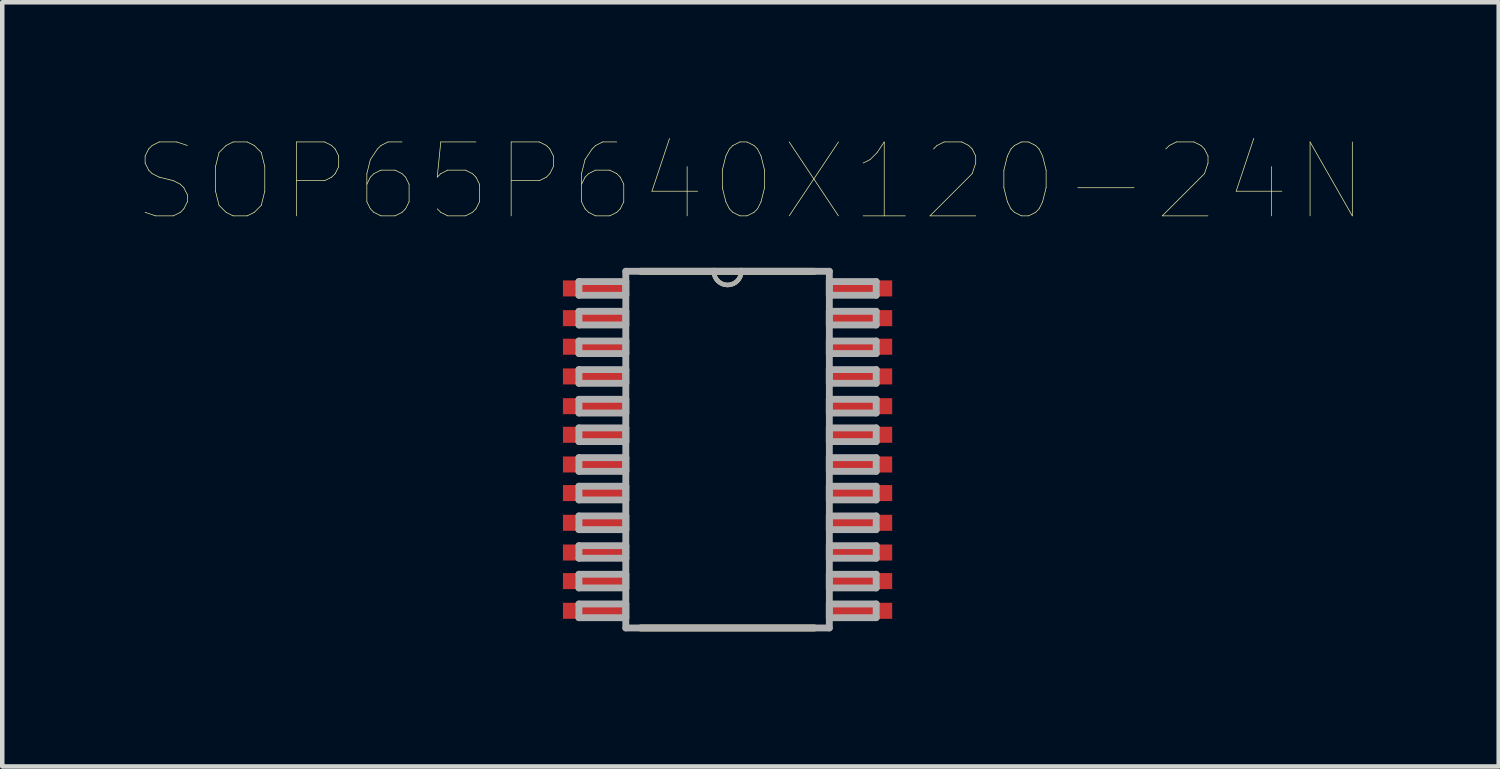
<source format=kicad_pcb>
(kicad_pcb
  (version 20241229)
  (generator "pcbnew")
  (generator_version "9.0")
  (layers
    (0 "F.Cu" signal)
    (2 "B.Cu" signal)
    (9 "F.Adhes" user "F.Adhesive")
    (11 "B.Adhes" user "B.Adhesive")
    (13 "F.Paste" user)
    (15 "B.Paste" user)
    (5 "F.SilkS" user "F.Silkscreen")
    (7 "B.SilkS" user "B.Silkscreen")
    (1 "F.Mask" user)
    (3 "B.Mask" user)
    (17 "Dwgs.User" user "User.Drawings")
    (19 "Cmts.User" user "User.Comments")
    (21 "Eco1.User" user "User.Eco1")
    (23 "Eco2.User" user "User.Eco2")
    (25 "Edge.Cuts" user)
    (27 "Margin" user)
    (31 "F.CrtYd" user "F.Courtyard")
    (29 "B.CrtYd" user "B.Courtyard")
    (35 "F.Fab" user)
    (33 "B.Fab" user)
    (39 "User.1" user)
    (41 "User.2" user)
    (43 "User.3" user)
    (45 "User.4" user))
  (footprint "SOP65P640X120-24N"
    (layer "F.Cu")
    (at 13.114 6.939)
    (property "Reference" "SOP65P640X120-24N" (at 0.509 -5.952 0) (layer "F.SilkS") (effects (font (size 1.642 1.642) (thickness 0.015))))
    (attr through_hole)
    (fp_line (start -1.93 3.962) (end 1.93 3.962) (stroke (width 0.152) (type solid)) (layer "F.SilkS"))
    (fp_line (start -0.305 -3.962) (end -1.93 -3.962) (stroke (width 0.152) (type solid)) (layer "F.SilkS"))
    (fp_line (start 0.305 -3.962) (end -0.305 -3.962) (stroke (width 0.152) (type solid)) (layer "F.SilkS"))
    (fp_line (start 1.93 -3.962) (end 0.305 -3.962) (stroke (width 0.152) (type solid)) (layer "F.SilkS"))
    (fp_arc (start 0.3048 -3.9624) (mid 0 -3.6576) (end -0.3048 -3.9624) (stroke (width 0.1) (type solid)) (layer "F.SilkS"))
    (fp_line (start -3.302 -3.734) (end -3.302 -3.429) (stroke (width 0.152) (type solid)) (layer "F.Fab"))
    (fp_line (start -3.302 -3.429) (end -2.261 -3.429) (stroke (width 0.152) (type solid)) (layer "F.Fab"))
    (fp_line (start -3.302 -3.073) (end -3.302 -2.769) (stroke (width 0.152) (type solid)) (layer "F.Fab"))
    (fp_line (start -3.302 -2.769) (end -2.261 -2.769) (stroke (width 0.152) (type solid)) (layer "F.Fab"))
    (fp_line (start -3.302 -2.413) (end -3.302 -2.134) (stroke (width 0.152) (type solid)) (layer "F.Fab"))
    (fp_line (start -3.302 -2.134) (end -2.261 -2.134) (stroke (width 0.152) (type solid)) (layer "F.Fab"))
    (fp_line (start -3.302 -1.778) (end -3.302 -1.473) (stroke (width 0.152) (type solid)) (layer "F.Fab"))
    (fp_line (start -3.302 -1.473) (end -2.261 -1.473) (stroke (width 0.152) (type solid)) (layer "F.Fab"))
    (fp_line (start -3.302 -1.118) (end -3.302 -0.813) (stroke (width 0.152) (type solid)) (layer "F.Fab"))
    (fp_line (start -3.302 -0.813) (end -2.261 -0.813) (stroke (width 0.152) (type solid)) (layer "F.Fab"))
    (fp_line (start -3.302 -0.483) (end -3.302 -0.178) (stroke (width 0.152) (type solid)) (layer "F.Fab"))
    (fp_line (start -3.302 -0.178) (end -2.261 -0.178) (stroke (width 0.152) (type solid)) (layer "F.Fab"))
    (fp_line (start -3.302 0.178) (end -3.302 0.483) (stroke (width 0.152) (type solid)) (layer "F.Fab"))
    (fp_line (start -3.302 0.483) (end -2.261 0.483) (stroke (width 0.152) (type solid)) (layer "F.Fab"))
    (fp_line (start -3.302 0.813) (end -3.302 1.118) (stroke (width 0.152) (type solid)) (layer "F.Fab"))
    (fp_line (start -3.302 1.118) (end -2.261 1.118) (stroke (width 0.152) (type solid)) (layer "F.Fab"))
    (fp_line (start -3.302 1.473) (end -3.302 1.778) (stroke (width 0.152) (type solid)) (layer "F.Fab"))
    (fp_line (start -3.302 1.778) (end -2.261 1.778) (stroke (width 0.152) (type solid)) (layer "F.Fab"))
    (fp_line (start -3.302 2.134) (end -3.302 2.413) (stroke (width 0.152) (type solid)) (layer "F.Fab"))
    (fp_line (start -3.302 2.413) (end -2.261 2.413) (stroke (width 0.152) (type solid)) (layer "F.Fab"))
    (fp_line (start -3.302 2.769) (end -3.302 3.073) (stroke (width 0.152) (type solid)) (layer "F.Fab"))
    (fp_line (start -3.302 3.073) (end -2.261 3.073) (stroke (width 0.152) (type solid)) (layer "F.Fab"))
    (fp_line (start -3.302 3.429) (end -3.302 3.734) (stroke (width 0.152) (type solid)) (layer "F.Fab"))
    (fp_line (start -3.302 3.734) (end -2.261 3.734) (stroke (width 0.152) (type solid)) (layer "F.Fab"))
    (fp_line (start -2.261 -3.962) (end -2.261 3.962) (stroke (width 0.152) (type solid)) (layer "F.Fab"))
    (fp_line (start -2.261 -3.734) (end -3.302 -3.734) (stroke (width 0.152) (type solid)) (layer "F.Fab"))
    (fp_line (start -2.261 -3.429) (end -2.261 -3.734) (stroke (width 0.152) (type solid)) (layer "F.Fab"))
    (fp_line (start -2.261 -3.073) (end -3.302 -3.073) (stroke (width 0.152) (type solid)) (layer "F.Fab"))
    (fp_line (start -2.261 -2.769) (end -2.261 -3.073) (stroke (width 0.152) (type solid)) (layer "F.Fab"))
    (fp_line (start -2.261 -2.413) (end -3.302 -2.413) (stroke (width 0.152) (type solid)) (layer "F.Fab"))
    (fp_line (start -2.261 -2.134) (end -2.261 -2.413) (stroke (width 0.152) (type solid)) (layer "F.Fab"))
    (fp_line (start -2.261 -1.778) (end -3.302 -1.778) (stroke (width 0.152) (type solid)) (layer "F.Fab"))
    (fp_line (start -2.261 -1.473) (end -2.261 -1.778) (stroke (width 0.152) (type solid)) (layer "F.Fab"))
    (fp_line (start -2.261 -1.118) (end -3.302 -1.118) (stroke (width 0.152) (type solid)) (layer "F.Fab"))
    (fp_line (start -2.261 -0.813) (end -2.261 -1.118) (stroke (width 0.152) (type solid)) (layer "F.Fab"))
    (fp_line (start -2.261 -0.483) (end -3.302 -0.483) (stroke (width 0.152) (type solid)) (layer "F.Fab"))
    (fp_line (start -2.261 -0.178) (end -2.261 -0.483) (stroke (width 0.152) (type solid)) (layer "F.Fab"))
    (fp_line (start -2.261 0.178) (end -3.302 0.178) (stroke (width 0.152) (type solid)) (layer "F.Fab"))
    (fp_line (start -2.261 0.483) (end -2.261 0.178) (stroke (width 0.152) (type solid)) (layer "F.Fab"))
    (fp_line (start -2.261 0.813) (end -3.302 0.813) (stroke (width 0.152) (type solid)) (layer "F.Fab"))
    (fp_line (start -2.261 1.118) (end -2.261 0.813) (stroke (width 0.152) (type solid)) (layer "F.Fab"))
    (fp_line (start -2.261 1.473) (end -3.302 1.473) (stroke (width 0.152) (type solid)) (layer "F.Fab"))
    (fp_line (start -2.261 1.778) (end -2.261 1.473) (stroke (width 0.152) (type solid)) (layer "F.Fab"))
    (fp_line (start -2.261 2.134) (end -3.302 2.134) (stroke (width 0.152) (type solid)) (layer "F.Fab"))
    (fp_line (start -2.261 2.413) (end -2.261 2.134) (stroke (width 0.152) (type solid)) (layer "F.Fab"))
    (fp_line (start -2.261 2.769) (end -3.302 2.769) (stroke (width 0.152) (type solid)) (layer "F.Fab"))
    (fp_line (start -2.261 3.073) (end -2.261 2.769) (stroke (width 0.152) (type solid)) (layer "F.Fab"))
    (fp_line (start -2.261 3.429) (end -3.302 3.429) (stroke (width 0.152) (type solid)) (layer "F.Fab"))
    (fp_line (start -2.261 3.734) (end -2.261 3.429) (stroke (width 0.152) (type solid)) (layer "F.Fab"))
    (fp_line (start -2.261 3.962) (end 2.261 3.962) (stroke (width 0.152) (type solid)) (layer "F.Fab"))
    (fp_line (start -0.305 -3.962) (end -2.261 -3.962) (stroke (width 0.152) (type solid)) (layer "F.Fab"))
    (fp_line (start 0.305 -3.962) (end -0.305 -3.962) (stroke (width 0.152) (type solid)) (layer "F.Fab"))
    (fp_line (start 2.261 -3.962) (end 0.305 -3.962) (stroke (width 0.152) (type solid)) (layer "F.Fab"))
    (fp_line (start 2.261 -3.734) (end 2.261 -3.429) (stroke (width 0.152) (type solid)) (layer "F.Fab"))
    (fp_line (start 2.261 -3.429) (end 3.302 -3.429) (stroke (width 0.152) (type solid)) (layer "F.Fab"))
    (fp_line (start 2.261 -3.073) (end 2.261 -2.769) (stroke (width 0.152) (type solid)) (layer "F.Fab"))
    (fp_line (start 2.261 -2.769) (end 3.302 -2.769) (stroke (width 0.152) (type solid)) (layer "F.Fab"))
    (fp_line (start 2.261 -2.413) (end 2.261 -2.134) (stroke (width 0.152) (type solid)) (layer "F.Fab"))
    (fp_line (start 2.261 -2.134) (end 3.302 -2.134) (stroke (width 0.152) (type solid)) (layer "F.Fab"))
    (fp_line (start 2.261 -1.778) (end 2.261 -1.473) (stroke (width 0.152) (type solid)) (layer "F.Fab"))
    (fp_line (start 2.261 -1.473) (end 3.302 -1.473) (stroke (width 0.152) (type solid)) (layer "F.Fab"))
    (fp_line (start 2.261 -1.118) (end 2.261 -0.813) (stroke (width 0.152) (type solid)) (layer "F.Fab"))
    (fp_line (start 2.261 -0.813) (end 3.302 -0.813) (stroke (width 0.152) (type solid)) (layer "F.Fab"))
    (fp_line (start 2.261 -0.483) (end 2.261 -0.178) (stroke (width 0.152) (type solid)) (layer "F.Fab"))
    (fp_line (start 2.261 -0.178) (end 3.302 -0.178) (stroke (width 0.152) (type solid)) (layer "F.Fab"))
    (fp_line (start 2.261 0.178) (end 2.261 0.483) (stroke (width 0.152) (type solid)) (layer "F.Fab"))
    (fp_line (start 2.261 0.483) (end 3.302 0.483) (stroke (width 0.152) (type solid)) (layer "F.Fab"))
    (fp_line (start 2.261 0.813) (end 2.261 1.118) (stroke (width 0.152) (type solid)) (layer "F.Fab"))
    (fp_line (start 2.261 1.118) (end 3.302 1.118) (stroke (width 0.152) (type solid)) (layer "F.Fab"))
    (fp_line (start 2.261 1.473) (end 2.261 1.778) (stroke (width 0.152) (type solid)) (layer "F.Fab"))
    (fp_line (start 2.261 1.778) (end 3.302 1.778) (stroke (width 0.152) (type solid)) (layer "F.Fab"))
    (fp_line (start 2.261 2.134) (end 2.261 2.413) (stroke (width 0.152) (type solid)) (layer "F.Fab"))
    (fp_line (start 2.261 2.413) (end 3.302 2.413) (stroke (width 0.152) (type solid)) (layer "F.Fab"))
    (fp_line (start 2.261 2.769) (end 2.261 3.073) (stroke (width 0.152) (type solid)) (layer "F.Fab"))
    (fp_line (start 2.261 3.073) (end 3.302 3.073) (stroke (width 0.152) (type solid)) (layer "F.Fab"))
    (fp_line (start 2.261 3.429) (end 2.261 3.734) (stroke (width 0.152) (type solid)) (layer "F.Fab"))
    (fp_line (start 2.261 3.734) (end 3.302 3.734) (stroke (width 0.152) (type solid)) (layer "F.Fab"))
    (fp_line (start 2.261 3.962) (end 2.261 -3.962) (stroke (width 0.152) (type solid)) (layer "F.Fab"))
    (fp_line (start 3.302 -3.734) (end 2.261 -3.734) (stroke (width 0.152) (type solid)) (layer "F.Fab"))
    (fp_line (start 3.302 -3.429) (end 3.302 -3.734) (stroke (width 0.152) (type solid)) (layer "F.Fab"))
    (fp_line (start 3.302 -3.073) (end 2.261 -3.073) (stroke (width 0.152) (type solid)) (layer "F.Fab"))
    (fp_line (start 3.302 -2.769) (end 3.302 -3.073) (stroke (width 0.152) (type solid)) (layer "F.Fab"))
    (fp_line (start 3.302 -2.413) (end 2.261 -2.413) (stroke (width 0.152) (type solid)) (layer "F.Fab"))
    (fp_line (start 3.302 -2.134) (end 3.302 -2.413) (stroke (width 0.152) (type solid)) (layer "F.Fab"))
    (fp_line (start 3.302 -1.778) (end 2.261 -1.778) (stroke (width 0.152) (type solid)) (layer "F.Fab"))
    (fp_line (start 3.302 -1.473) (end 3.302 -1.778) (stroke (width 0.152) (type solid)) (layer "F.Fab"))
    (fp_line (start 3.302 -1.118) (end 2.261 -1.118) (stroke (width 0.152) (type solid)) (layer "F.Fab"))
    (fp_line (start 3.302 -0.813) (end 3.302 -1.118) (stroke (width 0.152) (type solid)) (layer "F.Fab"))
    (fp_line (start 3.302 -0.483) (end 2.261 -0.483) (stroke (width 0.152) (type solid)) (layer "F.Fab"))
    (fp_line (start 3.302 -0.178) (end 3.302 -0.483) (stroke (width 0.152) (type solid)) (layer "F.Fab"))
    (fp_line (start 3.302 0.178) (end 2.261 0.178) (stroke (width 0.152) (type solid)) (layer "F.Fab"))
    (fp_line (start 3.302 0.483) (end 3.302 0.178) (stroke (width 0.152) (type solid)) (layer "F.Fab"))
    (fp_line (start 3.302 0.813) (end 2.261 0.813) (stroke (width 0.152) (type solid)) (layer "F.Fab"))
    (fp_line (start 3.302 1.118) (end 3.302 0.813) (stroke (width 0.152) (type solid)) (layer "F.Fab"))
    (fp_line (start 3.302 1.473) (end 2.261 1.473) (stroke (width 0.152) (type solid)) (layer "F.Fab"))
    (fp_line (start 3.302 1.778) (end 3.302 1.473) (stroke (width 0.152) (type solid)) (layer "F.Fab"))
    (fp_line (start 3.302 2.134) (end 2.261 2.134) (stroke (width 0.152) (type solid)) (layer "F.Fab"))
    (fp_line (start 3.302 2.413) (end 3.302 2.134) (stroke (width 0.152) (type solid)) (layer "F.Fab"))
    (fp_line (start 3.302 2.769) (end 2.261 2.769) (stroke (width 0.152) (type solid)) (layer "F.Fab"))
    (fp_line (start 3.302 3.073) (end 3.302 2.769) (stroke (width 0.152) (type solid)) (layer "F.Fab"))
    (fp_line (start 3.302 3.429) (end 2.261 3.429) (stroke (width 0.152) (type solid)) (layer "F.Fab"))
    (fp_line (start 3.302 3.734) (end 3.302 3.429) (stroke (width 0.152) (type solid)) (layer "F.Fab"))
    (fp_arc (start 0.3048 -3.9624) (mid 0 -3.6576) (end -0.3048 -3.9624) (stroke (width 0.1) (type solid)) (layer "F.Fab"))
    (pad "1" smd rect (at -2.921 -3.581) (size 1.473 0.356) (layers "F.Cu" "F.Mask" "F.Paste"))
    (pad "2" smd rect (at -2.921 -2.921) (size 1.473 0.356) (layers "F.Cu" "F.Mask" "F.Paste"))
    (pad "3" smd rect (at -2.921 -2.286) (size 1.473 0.356) (layers "F.Cu" "F.Mask" "F.Paste"))
    (pad "4" smd rect (at -2.921 -1.626) (size 1.473 0.356) (layers "F.Cu" "F.Mask" "F.Paste"))
    (pad "5" smd rect (at -2.921 -0.965) (size 1.473 0.356) (layers "F.Cu" "F.Mask" "F.Paste"))
    (pad "6" smd rect (at -2.921 -0.33) (size 1.473 0.356) (layers "F.Cu" "F.Mask" "F.Paste"))
    (pad "7" smd rect (at -2.921 0.33) (size 1.473 0.356) (layers "F.Cu" "F.Mask" "F.Paste"))
    (pad "8" smd rect (at -2.921 0.965) (size 1.473 0.356) (layers "F.Cu" "F.Mask" "F.Paste"))
    (pad "9" smd rect (at -2.921 1.626) (size 1.473 0.356) (layers "F.Cu" "F.Mask" "F.Paste"))
    (pad "10" smd rect (at -2.921 2.286) (size 1.473 0.356) (layers "F.Cu" "F.Mask" "F.Paste"))
    (pad "11" smd rect (at -2.921 2.921) (size 1.473 0.356) (layers "F.Cu" "F.Mask" "F.Paste"))
    (pad "12" smd rect (at -2.921 3.581) (size 1.473 0.356) (layers "F.Cu" "F.Mask" "F.Paste"))
    (pad "13" smd rect (at 2.921 3.581) (size 1.473 0.356) (layers "F.Cu" "F.Mask" "F.Paste"))
    (pad "14" smd rect (at 2.921 2.921) (size 1.473 0.356) (layers "F.Cu" "F.Mask" "F.Paste"))
    (pad "15" smd rect (at 2.921 2.286) (size 1.473 0.356) (layers "F.Cu" "F.Mask" "F.Paste"))
    (pad "16" smd rect (at 2.921 1.626) (size 1.473 0.356) (layers "F.Cu" "F.Mask" "F.Paste"))
    (pad "17" smd rect (at 2.921 0.965) (size 1.473 0.356) (layers "F.Cu" "F.Mask" "F.Paste"))
    (pad "18" smd rect (at 2.921 0.33) (size 1.473 0.356) (layers "F.Cu" "F.Mask" "F.Paste"))
    (pad "19" smd rect (at 2.921 -0.33) (size 1.473 0.356) (layers "F.Cu" "F.Mask" "F.Paste"))
    (pad "20" smd rect (at 2.921 -0.965) (size 1.473 0.356) (layers "F.Cu" "F.Mask" "F.Paste"))
    (pad "21" smd rect (at 2.921 -1.626) (size 1.473 0.356) (layers "F.Cu" "F.Mask" "F.Paste"))
    (pad "22" smd rect (at 2.921 -2.286) (size 1.473 0.356) (layers "F.Cu" "F.Mask" "F.Paste"))
    (pad "23" smd rect (at 2.921 -2.921) (size 1.473 0.356) (layers "F.Cu" "F.Mask" "F.Paste"))
    (pad "24" smd rect (at 2.921 -3.581) (size 1.473 0.356) (layers "F.Cu" "F.Mask" "F.Paste")))
  (gr_rect
    (start -3 -3)
    (end 30.246 13.978)
    (stroke (width 0.1) (type default))
    (fill no)
    (layer "Edge.Cuts")))
</source>
